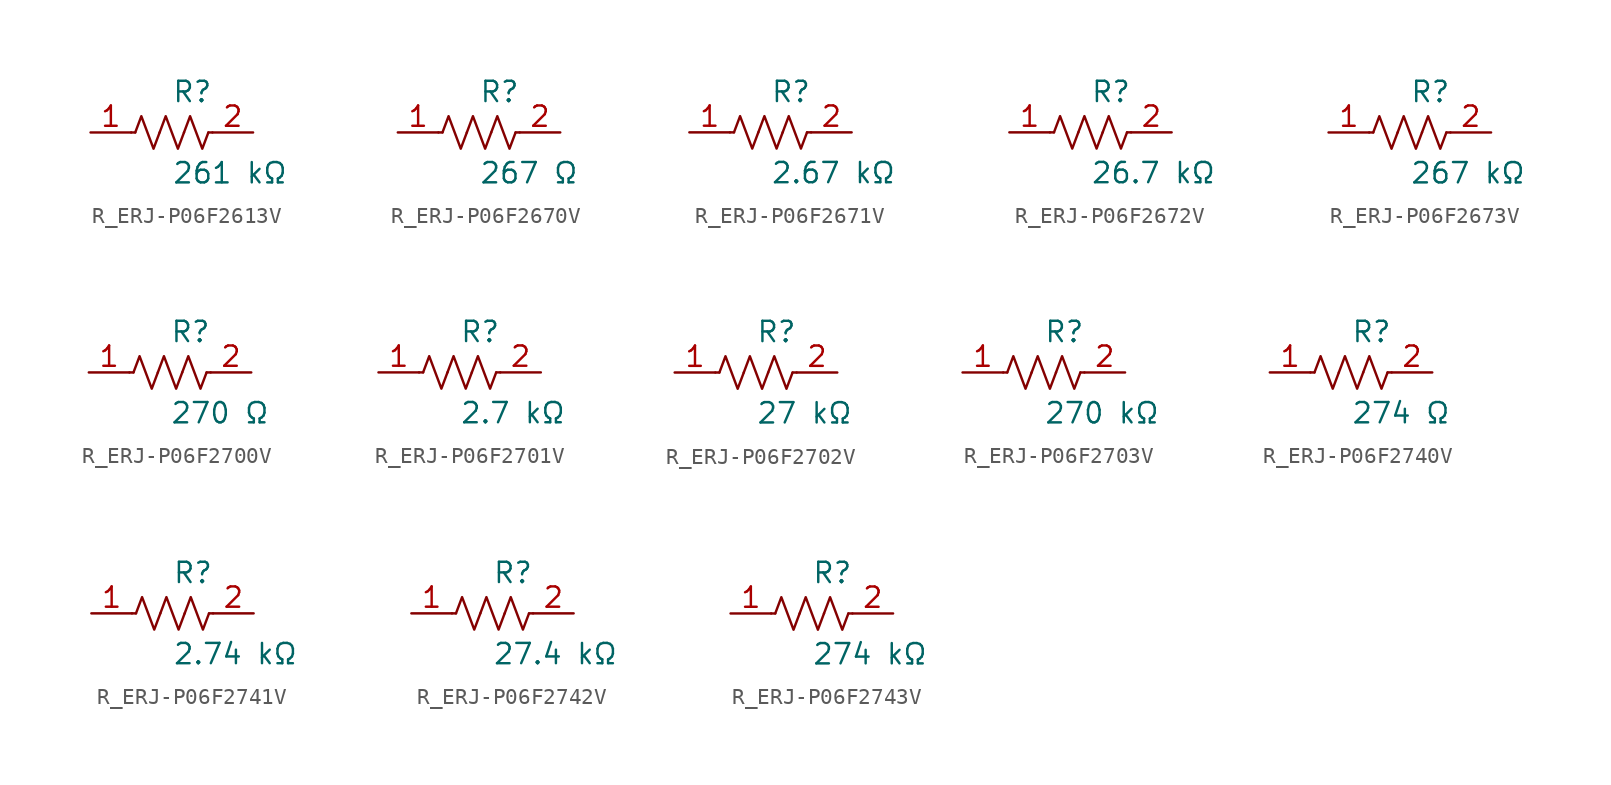
<source format=kicad_sym>
(kicad_symbol_lib
  (version 20231120)
  (generator kicad_symbol_editor)
  (generator_version 8.0)
  (symbol "R_ERJ-P06F2613V"
    (pin_names
      (offset 0.254))
    (property "Reference" "R"
      (at 0.0 2.54 0)
      (effects (font (size 1.27 1.27)) (justify left)))
    (property "Value" "261 kΩ"
      (at 0.0 -2.54 0)
      (effects (font (size 1.27 1.27)) (justify left)))
    (symbol "R_ERJ-P06F2613V_0_1"
      (polyline (pts (xy 2.286 0) (xy 2.54 0)) (stroke (width 0) (type default)) (fill (type none)))
      (polyline (pts (xy -2.286 0) (xy -2.54 0)) (stroke (width 0) (type default)) (fill (type none)))
      (polyline (pts (xy 0.762 0) (xy 1.143 1.016) (xy 1.524 0) (xy 1.905 -1.016) (xy 2.286 0)) (stroke (width 0) (type default)) (fill (type none)))
      (polyline (pts (xy -0.762 0) (xy -0.381 1.016) (xy 0 0) (xy 0.381 -1.016) (xy 0.762 0)) (stroke (width 0) (type default)) (fill (type none)))
      (polyline (pts (xy -2.286 0) (xy -1.905 1.016) (xy -1.524 0) (xy -1.143 -1.016) (xy -0.762 0)) (stroke (width 0) (type default)) (fill (type none))))
    (pin unspecified line
      (at -5.08 0 0)
      (length 2.54)
      (name "" (effects (font (size 1.27 1.27))))
      (number "1" (effects (font (size 1.27 1.27)))))
    (pin unspecified line
      (at 5.08 0 180)
      (length 2.54)
      (name "" (effects (font (size 1.27 1.27))))
      (number "2" (effects (font (size 1.27 1.27))))))
  (symbol "R_ERJ-P06F2670V"
    (pin_names
      (offset 0.254))
    (property "Reference" "R"
      (at 0.0 2.54 0)
      (effects (font (size 1.27 1.27)) (justify left)))
    (property "Value" "267 Ω"
      (at 0.0 -2.54 0)
      (effects (font (size 1.27 1.27)) (justify left)))
    (symbol "R_ERJ-P06F2670V_0_1"
      (polyline (pts (xy 2.286 0) (xy 2.54 0)) (stroke (width 0) (type default)) (fill (type none)))
      (polyline (pts (xy -2.286 0) (xy -2.54 0)) (stroke (width 0) (type default)) (fill (type none)))
      (polyline (pts (xy 0.762 0) (xy 1.143 1.016) (xy 1.524 0) (xy 1.905 -1.016) (xy 2.286 0)) (stroke (width 0) (type default)) (fill (type none)))
      (polyline (pts (xy -0.762 0) (xy -0.381 1.016) (xy 0 0) (xy 0.381 -1.016) (xy 0.762 0)) (stroke (width 0) (type default)) (fill (type none)))
      (polyline (pts (xy -2.286 0) (xy -1.905 1.016) (xy -1.524 0) (xy -1.143 -1.016) (xy -0.762 0)) (stroke (width 0) (type default)) (fill (type none))))
    (pin unspecified line
      (at -5.08 0 0)
      (length 2.54)
      (name "" (effects (font (size 1.27 1.27))))
      (number "1" (effects (font (size 1.27 1.27)))))
    (pin unspecified line
      (at 5.08 0 180)
      (length 2.54)
      (name "" (effects (font (size 1.27 1.27))))
      (number "2" (effects (font (size 1.27 1.27))))))
  (symbol "R_ERJ-P06F2671V"
    (pin_names
      (offset 0.254))
    (property "Reference" "R"
      (at 0.0 2.54 0)
      (effects (font (size 1.27 1.27)) (justify left)))
    (property "Value" "2.67 kΩ"
      (at 0.0 -2.54 0)
      (effects (font (size 1.27 1.27)) (justify left)))
    (symbol "R_ERJ-P06F2671V_0_1"
      (polyline (pts (xy 2.286 0) (xy 2.54 0)) (stroke (width 0) (type default)) (fill (type none)))
      (polyline (pts (xy -2.286 0) (xy -2.54 0)) (stroke (width 0) (type default)) (fill (type none)))
      (polyline (pts (xy 0.762 0) (xy 1.143 1.016) (xy 1.524 0) (xy 1.905 -1.016) (xy 2.286 0)) (stroke (width 0) (type default)) (fill (type none)))
      (polyline (pts (xy -0.762 0) (xy -0.381 1.016) (xy 0 0) (xy 0.381 -1.016) (xy 0.762 0)) (stroke (width 0) (type default)) (fill (type none)))
      (polyline (pts (xy -2.286 0) (xy -1.905 1.016) (xy -1.524 0) (xy -1.143 -1.016) (xy -0.762 0)) (stroke (width 0) (type default)) (fill (type none))))
    (pin unspecified line
      (at -5.08 0 0)
      (length 2.54)
      (name "" (effects (font (size 1.27 1.27))))
      (number "1" (effects (font (size 1.27 1.27)))))
    (pin unspecified line
      (at 5.08 0 180)
      (length 2.54)
      (name "" (effects (font (size 1.27 1.27))))
      (number "2" (effects (font (size 1.27 1.27))))))
  (symbol "R_ERJ-P06F2672V"
    (pin_names
      (offset 0.254))
    (property "Reference" "R"
      (at 0.0 2.54 0)
      (effects (font (size 1.27 1.27)) (justify left)))
    (property "Value" "26.7 kΩ"
      (at 0.0 -2.54 0)
      (effects (font (size 1.27 1.27)) (justify left)))
    (symbol "R_ERJ-P06F2672V_0_1"
      (polyline (pts (xy 2.286 0) (xy 2.54 0)) (stroke (width 0) (type default)) (fill (type none)))
      (polyline (pts (xy -2.286 0) (xy -2.54 0)) (stroke (width 0) (type default)) (fill (type none)))
      (polyline (pts (xy 0.762 0) (xy 1.143 1.016) (xy 1.524 0) (xy 1.905 -1.016) (xy 2.286 0)) (stroke (width 0) (type default)) (fill (type none)))
      (polyline (pts (xy -0.762 0) (xy -0.381 1.016) (xy 0 0) (xy 0.381 -1.016) (xy 0.762 0)) (stroke (width 0) (type default)) (fill (type none)))
      (polyline (pts (xy -2.286 0) (xy -1.905 1.016) (xy -1.524 0) (xy -1.143 -1.016) (xy -0.762 0)) (stroke (width 0) (type default)) (fill (type none))))
    (pin unspecified line
      (at -5.08 0 0)
      (length 2.54)
      (name "" (effects (font (size 1.27 1.27))))
      (number "1" (effects (font (size 1.27 1.27)))))
    (pin unspecified line
      (at 5.08 0 180)
      (length 2.54)
      (name "" (effects (font (size 1.27 1.27))))
      (number "2" (effects (font (size 1.27 1.27))))))
  (symbol "R_ERJ-P06F2673V"
    (pin_names
      (offset 0.254))
    (property "Reference" "R"
      (at 0.0 2.54 0)
      (effects (font (size 1.27 1.27)) (justify left)))
    (property "Value" "267 kΩ"
      (at 0.0 -2.54 0)
      (effects (font (size 1.27 1.27)) (justify left)))
    (symbol "R_ERJ-P06F2673V_0_1"
      (polyline (pts (xy 2.286 0) (xy 2.54 0)) (stroke (width 0) (type default)) (fill (type none)))
      (polyline (pts (xy -2.286 0) (xy -2.54 0)) (stroke (width 0) (type default)) (fill (type none)))
      (polyline (pts (xy 0.762 0) (xy 1.143 1.016) (xy 1.524 0) (xy 1.905 -1.016) (xy 2.286 0)) (stroke (width 0) (type default)) (fill (type none)))
      (polyline (pts (xy -0.762 0) (xy -0.381 1.016) (xy 0 0) (xy 0.381 -1.016) (xy 0.762 0)) (stroke (width 0) (type default)) (fill (type none)))
      (polyline (pts (xy -2.286 0) (xy -1.905 1.016) (xy -1.524 0) (xy -1.143 -1.016) (xy -0.762 0)) (stroke (width 0) (type default)) (fill (type none))))
    (pin unspecified line
      (at -5.08 0 0)
      (length 2.54)
      (name "" (effects (font (size 1.27 1.27))))
      (number "1" (effects (font (size 1.27 1.27)))))
    (pin unspecified line
      (at 5.08 0 180)
      (length 2.54)
      (name "" (effects (font (size 1.27 1.27))))
      (number "2" (effects (font (size 1.27 1.27))))))
  (symbol "R_ERJ-P06F2700V"
    (pin_names
      (offset 0.254))
    (property "Reference" "R"
      (at 0.0 2.54 0)
      (effects (font (size 1.27 1.27)) (justify left)))
    (property "Value" "270 Ω"
      (at 0.0 -2.54 0)
      (effects (font (size 1.27 1.27)) (justify left)))
    (symbol "R_ERJ-P06F2700V_0_1"
      (polyline (pts (xy 2.286 0) (xy 2.54 0)) (stroke (width 0) (type default)) (fill (type none)))
      (polyline (pts (xy -2.286 0) (xy -2.54 0)) (stroke (width 0) (type default)) (fill (type none)))
      (polyline (pts (xy 0.762 0) (xy 1.143 1.016) (xy 1.524 0) (xy 1.905 -1.016) (xy 2.286 0)) (stroke (width 0) (type default)) (fill (type none)))
      (polyline (pts (xy -0.762 0) (xy -0.381 1.016) (xy 0 0) (xy 0.381 -1.016) (xy 0.762 0)) (stroke (width 0) (type default)) (fill (type none)))
      (polyline (pts (xy -2.286 0) (xy -1.905 1.016) (xy -1.524 0) (xy -1.143 -1.016) (xy -0.762 0)) (stroke (width 0) (type default)) (fill (type none))))
    (pin unspecified line
      (at -5.08 0 0)
      (length 2.54)
      (name "" (effects (font (size 1.27 1.27))))
      (number "1" (effects (font (size 1.27 1.27)))))
    (pin unspecified line
      (at 5.08 0 180)
      (length 2.54)
      (name "" (effects (font (size 1.27 1.27))))
      (number "2" (effects (font (size 1.27 1.27))))))
  (symbol "R_ERJ-P06F2701V"
    (pin_names
      (offset 0.254))
    (property "Reference" "R"
      (at 0.0 2.54 0)
      (effects (font (size 1.27 1.27)) (justify left)))
    (property "Value" "2.7 kΩ"
      (at 0.0 -2.54 0)
      (effects (font (size 1.27 1.27)) (justify left)))
    (symbol "R_ERJ-P06F2701V_0_1"
      (polyline (pts (xy 2.286 0) (xy 2.54 0)) (stroke (width 0) (type default)) (fill (type none)))
      (polyline (pts (xy -2.286 0) (xy -2.54 0)) (stroke (width 0) (type default)) (fill (type none)))
      (polyline (pts (xy 0.762 0) (xy 1.143 1.016) (xy 1.524 0) (xy 1.905 -1.016) (xy 2.286 0)) (stroke (width 0) (type default)) (fill (type none)))
      (polyline (pts (xy -0.762 0) (xy -0.381 1.016) (xy 0 0) (xy 0.381 -1.016) (xy 0.762 0)) (stroke (width 0) (type default)) (fill (type none)))
      (polyline (pts (xy -2.286 0) (xy -1.905 1.016) (xy -1.524 0) (xy -1.143 -1.016) (xy -0.762 0)) (stroke (width 0) (type default)) (fill (type none))))
    (pin unspecified line
      (at -5.08 0 0)
      (length 2.54)
      (name "" (effects (font (size 1.27 1.27))))
      (number "1" (effects (font (size 1.27 1.27)))))
    (pin unspecified line
      (at 5.08 0 180)
      (length 2.54)
      (name "" (effects (font (size 1.27 1.27))))
      (number "2" (effects (font (size 1.27 1.27))))))
  (symbol "R_ERJ-P06F2702V"
    (pin_names
      (offset 0.254))
    (property "Reference" "R"
      (at 0.0 2.54 0)
      (effects (font (size 1.27 1.27)) (justify left)))
    (property "Value" "27 kΩ"
      (at 0.0 -2.54 0)
      (effects (font (size 1.27 1.27)) (justify left)))
    (symbol "R_ERJ-P06F2702V_0_1"
      (polyline (pts (xy 2.286 0) (xy 2.54 0)) (stroke (width 0) (type default)) (fill (type none)))
      (polyline (pts (xy -2.286 0) (xy -2.54 0)) (stroke (width 0) (type default)) (fill (type none)))
      (polyline (pts (xy 0.762 0) (xy 1.143 1.016) (xy 1.524 0) (xy 1.905 -1.016) (xy 2.286 0)) (stroke (width 0) (type default)) (fill (type none)))
      (polyline (pts (xy -0.762 0) (xy -0.381 1.016) (xy 0 0) (xy 0.381 -1.016) (xy 0.762 0)) (stroke (width 0) (type default)) (fill (type none)))
      (polyline (pts (xy -2.286 0) (xy -1.905 1.016) (xy -1.524 0) (xy -1.143 -1.016) (xy -0.762 0)) (stroke (width 0) (type default)) (fill (type none))))
    (pin unspecified line
      (at -5.08 0 0)
      (length 2.54)
      (name "" (effects (font (size 1.27 1.27))))
      (number "1" (effects (font (size 1.27 1.27)))))
    (pin unspecified line
      (at 5.08 0 180)
      (length 2.54)
      (name "" (effects (font (size 1.27 1.27))))
      (number "2" (effects (font (size 1.27 1.27))))))
  (symbol "R_ERJ-P06F2703V"
    (pin_names
      (offset 0.254))
    (property "Reference" "R"
      (at 0.0 2.54 0)
      (effects (font (size 1.27 1.27)) (justify left)))
    (property "Value" "270 kΩ"
      (at 0.0 -2.54 0)
      (effects (font (size 1.27 1.27)) (justify left)))
    (symbol "R_ERJ-P06F2703V_0_1"
      (polyline (pts (xy 2.286 0) (xy 2.54 0)) (stroke (width 0) (type default)) (fill (type none)))
      (polyline (pts (xy -2.286 0) (xy -2.54 0)) (stroke (width 0) (type default)) (fill (type none)))
      (polyline (pts (xy 0.762 0) (xy 1.143 1.016) (xy 1.524 0) (xy 1.905 -1.016) (xy 2.286 0)) (stroke (width 0) (type default)) (fill (type none)))
      (polyline (pts (xy -0.762 0) (xy -0.381 1.016) (xy 0 0) (xy 0.381 -1.016) (xy 0.762 0)) (stroke (width 0) (type default)) (fill (type none)))
      (polyline (pts (xy -2.286 0) (xy -1.905 1.016) (xy -1.524 0) (xy -1.143 -1.016) (xy -0.762 0)) (stroke (width 0) (type default)) (fill (type none))))
    (pin unspecified line
      (at -5.08 0 0)
      (length 2.54)
      (name "" (effects (font (size 1.27 1.27))))
      (number "1" (effects (font (size 1.27 1.27)))))
    (pin unspecified line
      (at 5.08 0 180)
      (length 2.54)
      (name "" (effects (font (size 1.27 1.27))))
      (number "2" (effects (font (size 1.27 1.27))))))
  (symbol "R_ERJ-P06F2740V"
    (pin_names
      (offset 0.254))
    (property "Reference" "R"
      (at 0.0 2.54 0)
      (effects (font (size 1.27 1.27)) (justify left)))
    (property "Value" "274 Ω"
      (at 0.0 -2.54 0)
      (effects (font (size 1.27 1.27)) (justify left)))
    (symbol "R_ERJ-P06F2740V_0_1"
      (polyline (pts (xy 2.286 0) (xy 2.54 0)) (stroke (width 0) (type default)) (fill (type none)))
      (polyline (pts (xy -2.286 0) (xy -2.54 0)) (stroke (width 0) (type default)) (fill (type none)))
      (polyline (pts (xy 0.762 0) (xy 1.143 1.016) (xy 1.524 0) (xy 1.905 -1.016) (xy 2.286 0)) (stroke (width 0) (type default)) (fill (type none)))
      (polyline (pts (xy -0.762 0) (xy -0.381 1.016) (xy 0 0) (xy 0.381 -1.016) (xy 0.762 0)) (stroke (width 0) (type default)) (fill (type none)))
      (polyline (pts (xy -2.286 0) (xy -1.905 1.016) (xy -1.524 0) (xy -1.143 -1.016) (xy -0.762 0)) (stroke (width 0) (type default)) (fill (type none))))
    (pin unspecified line
      (at -5.08 0 0)
      (length 2.54)
      (name "" (effects (font (size 1.27 1.27))))
      (number "1" (effects (font (size 1.27 1.27)))))
    (pin unspecified line
      (at 5.08 0 180)
      (length 2.54)
      (name "" (effects (font (size 1.27 1.27))))
      (number "2" (effects (font (size 1.27 1.27))))))
  (symbol "R_ERJ-P06F2741V"
    (pin_names
      (offset 0.254))
    (property "Reference" "R"
      (at 0.0 2.54 0)
      (effects (font (size 1.27 1.27)) (justify left)))
    (property "Value" "2.74 kΩ"
      (at 0.0 -2.54 0)
      (effects (font (size 1.27 1.27)) (justify left)))
    (symbol "R_ERJ-P06F2741V_0_1"
      (polyline (pts (xy 2.286 0) (xy 2.54 0)) (stroke (width 0) (type default)) (fill (type none)))
      (polyline (pts (xy -2.286 0) (xy -2.54 0)) (stroke (width 0) (type default)) (fill (type none)))
      (polyline (pts (xy 0.762 0) (xy 1.143 1.016) (xy 1.524 0) (xy 1.905 -1.016) (xy 2.286 0)) (stroke (width 0) (type default)) (fill (type none)))
      (polyline (pts (xy -0.762 0) (xy -0.381 1.016) (xy 0 0) (xy 0.381 -1.016) (xy 0.762 0)) (stroke (width 0) (type default)) (fill (type none)))
      (polyline (pts (xy -2.286 0) (xy -1.905 1.016) (xy -1.524 0) (xy -1.143 -1.016) (xy -0.762 0)) (stroke (width 0) (type default)) (fill (type none))))
    (pin unspecified line
      (at -5.08 0 0)
      (length 2.54)
      (name "" (effects (font (size 1.27 1.27))))
      (number "1" (effects (font (size 1.27 1.27)))))
    (pin unspecified line
      (at 5.08 0 180)
      (length 2.54)
      (name "" (effects (font (size 1.27 1.27))))
      (number "2" (effects (font (size 1.27 1.27))))))
  (symbol "R_ERJ-P06F2742V"
    (pin_names
      (offset 0.254))
    (property "Reference" "R"
      (at 0.0 2.54 0)
      (effects (font (size 1.27 1.27)) (justify left)))
    (property "Value" "27.4 kΩ"
      (at 0.0 -2.54 0)
      (effects (font (size 1.27 1.27)) (justify left)))
    (symbol "R_ERJ-P06F2742V_0_1"
      (polyline (pts (xy 2.286 0) (xy 2.54 0)) (stroke (width 0) (type default)) (fill (type none)))
      (polyline (pts (xy -2.286 0) (xy -2.54 0)) (stroke (width 0) (type default)) (fill (type none)))
      (polyline (pts (xy 0.762 0) (xy 1.143 1.016) (xy 1.524 0) (xy 1.905 -1.016) (xy 2.286 0)) (stroke (width 0) (type default)) (fill (type none)))
      (polyline (pts (xy -0.762 0) (xy -0.381 1.016) (xy 0 0) (xy 0.381 -1.016) (xy 0.762 0)) (stroke (width 0) (type default)) (fill (type none)))
      (polyline (pts (xy -2.286 0) (xy -1.905 1.016) (xy -1.524 0) (xy -1.143 -1.016) (xy -0.762 0)) (stroke (width 0) (type default)) (fill (type none))))
    (pin unspecified line
      (at -5.08 0 0)
      (length 2.54)
      (name "" (effects (font (size 1.27 1.27))))
      (number "1" (effects (font (size 1.27 1.27)))))
    (pin unspecified line
      (at 5.08 0 180)
      (length 2.54)
      (name "" (effects (font (size 1.27 1.27))))
      (number "2" (effects (font (size 1.27 1.27))))))
  (symbol "R_ERJ-P06F2743V"
    (pin_names
      (offset 0.254))
    (property "Reference" "R"
      (at 0.0 2.54 0)
      (effects (font (size 1.27 1.27)) (justify left)))
    (property "Value" "274 kΩ"
      (at 0.0 -2.54 0)
      (effects (font (size 1.27 1.27)) (justify left)))
    (symbol "R_ERJ-P06F2743V_0_1"
      (polyline (pts (xy 2.286 0) (xy 2.54 0)) (stroke (width 0) (type default)) (fill (type none)))
      (polyline (pts (xy -2.286 0) (xy -2.54 0)) (stroke (width 0) (type default)) (fill (type none)))
      (polyline (pts (xy 0.762 0) (xy 1.143 1.016) (xy 1.524 0) (xy 1.905 -1.016) (xy 2.286 0)) (stroke (width 0) (type default)) (fill (type none)))
      (polyline (pts (xy -0.762 0) (xy -0.381 1.016) (xy 0 0) (xy 0.381 -1.016) (xy 0.762 0)) (stroke (width 0) (type default)) (fill (type none)))
      (polyline (pts (xy -2.286 0) (xy -1.905 1.016) (xy -1.524 0) (xy -1.143 -1.016) (xy -0.762 0)) (stroke (width 0) (type default)) (fill (type none))))
    (pin unspecified line
      (at -5.08 0 0)
      (length 2.54)
      (name "" (effects (font (size 1.27 1.27))))
      (number "1" (effects (font (size 1.27 1.27)))))
    (pin unspecified line
      (at 5.08 0 180)
      (length 2.54)
      (name "" (effects (font (size 1.27 1.27))))
      (number "2" (effects (font (size 1.27 1.27)))))))
</source>
